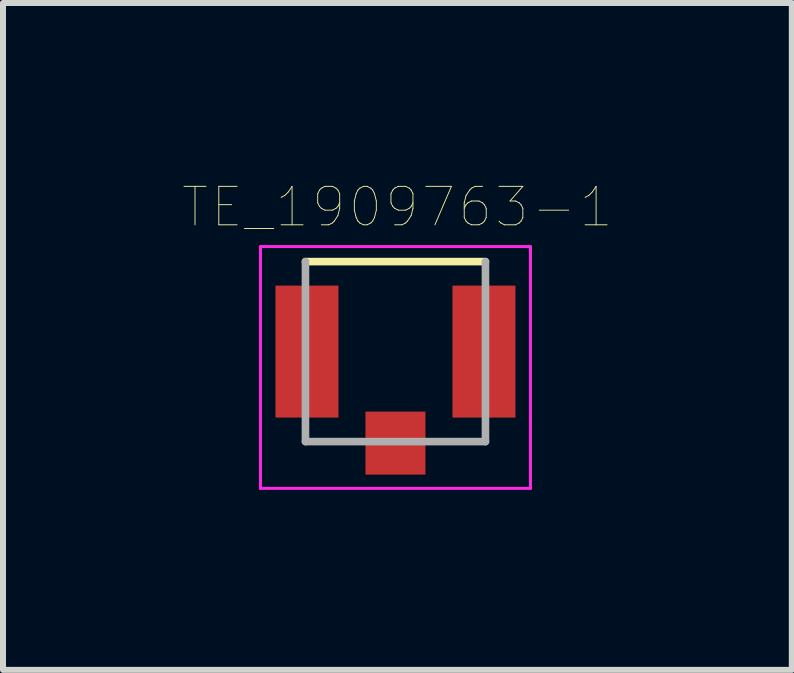
<source format=kicad_pcb>
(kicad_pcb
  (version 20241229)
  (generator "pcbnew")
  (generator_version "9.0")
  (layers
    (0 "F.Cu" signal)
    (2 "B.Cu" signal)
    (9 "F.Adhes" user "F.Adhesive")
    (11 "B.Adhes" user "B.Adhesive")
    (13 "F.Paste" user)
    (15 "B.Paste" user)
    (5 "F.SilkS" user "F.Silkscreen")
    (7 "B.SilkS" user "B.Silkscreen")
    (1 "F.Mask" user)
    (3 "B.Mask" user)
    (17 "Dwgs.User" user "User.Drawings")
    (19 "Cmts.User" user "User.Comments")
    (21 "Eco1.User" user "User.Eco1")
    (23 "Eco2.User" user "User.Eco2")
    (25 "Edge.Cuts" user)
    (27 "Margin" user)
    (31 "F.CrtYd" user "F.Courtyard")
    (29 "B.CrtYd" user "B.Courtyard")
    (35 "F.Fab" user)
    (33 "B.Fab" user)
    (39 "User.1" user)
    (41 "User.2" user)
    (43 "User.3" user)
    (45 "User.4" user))
  (footprint "TE_1909763-1"
    (layer "F.Cu")
    (at 3.541 2.81)
    (property "Reference" "TE_1909763-1" (at 0.032 -2.409 0) (layer "F.SilkS") (effects (font (size 0.641 0.641) (thickness 0.015))))
    (attr through_hole)
    (fp_line (start -1.5 -1.5) (end 1.5 -1.5) (stroke (width 0.127) (type solid)) (layer "F.SilkS"))
    (fp_line (start -2.25 -1.75) (end 2.25 -1.75) (stroke (width 0.05) (type solid)) (layer "F.CrtYd"))
    (fp_line (start -2.25 2.28) (end -2.25 -1.75) (stroke (width 0.05) (type solid)) (layer "F.CrtYd"))
    (fp_line (start 2.25 -1.75) (end 2.25 2.28) (stroke (width 0.05) (type solid)) (layer "F.CrtYd"))
    (fp_line (start 2.25 2.28) (end -2.25 2.28) (stroke (width 0.05) (type solid)) (layer "F.CrtYd"))
    (fp_line (start -1.5 1.5) (end -1.5 -1.5) (stroke (width 0.127) (type solid)) (layer "F.Fab"))
    (fp_line (start 1.5 -1.5) (end 1.5 1.5) (stroke (width 0.127) (type solid)) (layer "F.Fab"))
    (fp_line (start 1.5 1.5) (end -1.5 1.5) (stroke (width 0.127) (type solid)) (layer "F.Fab"))
    (pad "1" smd rect (at 0 1.525) (size 1 1.05) (layers "F.Cu" "F.Mask" "F.Paste"))
    (pad "2" smd rect (at -1.475 0) (size 1.05 2.2) (layers "F.Cu" "F.Mask" "F.Paste"))
    (pad "3" smd rect (at 1.475 0) (size 1.05 2.2) (layers "F.Cu" "F.Mask" "F.Paste")))
  (gr_rect
    (start -3 -3)
    (end 10.147 8.115)
    (stroke (width 0.1) (type default))
    (fill no)
    (layer "Edge.Cuts")))
</source>
